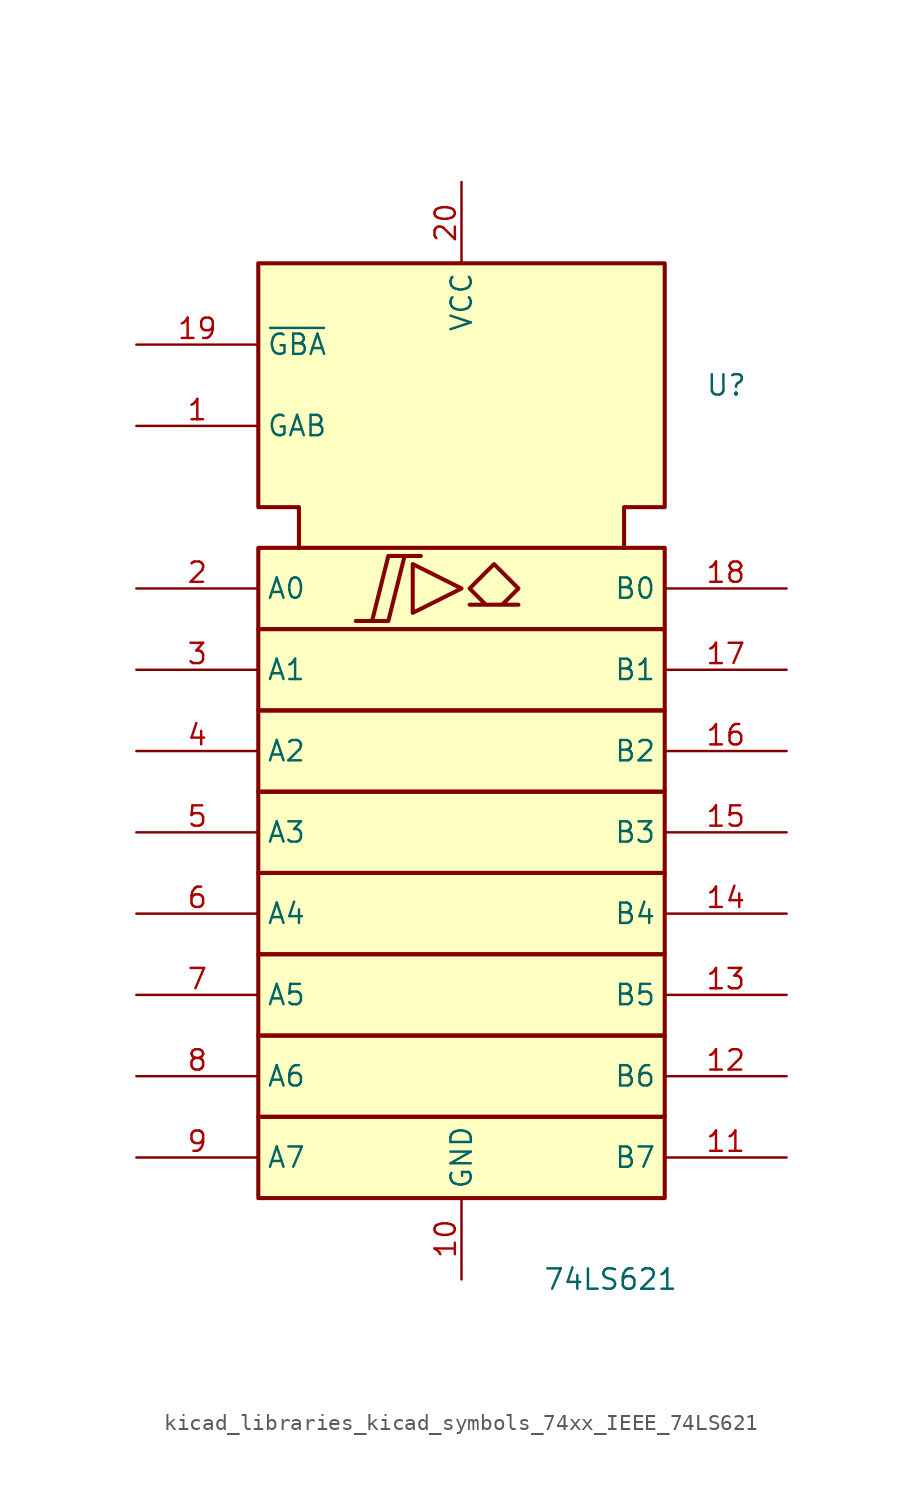
<source format=kicad_sym>
(kicad_symbol_lib
  (version 20220914)
  (generator kicad_symbol_editor)
  (symbol "kicad_libraries_kicad_symbols_74xx_IEEE_74LS621"
    (property "Reference" "U"
      (at 15.24 25.4 0)
      (effects (font (size 1.27 1.27)) (justify left)))
    (property "Value" "74LS621"
      (at 5.08 -30.48 0)
      (effects (font (size 1.27 1.27)) (justify left)))
    (symbol "kicad_libraries_kicad_symbols_74xx_IEEE_74LS621_0_0"
      (polyline (pts (xy -3.048 14.224) (xy -3.048 11.176) (xy 0 12.7) (xy -3.048 14.224) (xy -3.048 14.224)) (stroke (width 0.254) (type default)) (fill (type background)))
      (polyline (pts (xy -6.604 10.668) (xy -4.572 10.668) (xy -3.556 14.732) (xy -2.54 14.732) (xy -4.572 14.732) (xy -5.588 10.668) (xy -5.588 10.668)) (stroke (width 0.254) (type default)) (fill (type background)))
      (polyline (pts (xy 2.032 14.224) (xy 3.556 12.7) (xy 2.54 11.684) (xy 3.556 11.684) (xy 0.508 11.684) (xy 1.524 11.684) (xy 0.508 12.7) (xy 2.032 14.224) (xy 2.032 14.224)) (stroke (width 0.254) (type default)) (fill (type background)))
      (pin power_in line (at 0 -30.48 90) (length 5.08) (name "GND" (effects (font (size 1.27 1.27)))) (number "10" (effects (font (size 1.27 1.27)))))
      (pin power_in line (at 0 38.1 270) (length 5.08) (name "VCC" (effects (font (size 1.27 1.27)))) (number "20" (effects (font (size 1.27 1.27))))))
    (symbol "kicad_libraries_kicad_symbols_74xx_IEEE_74LS621_0_1"
      (rectangle (start -12.7 -20.32) (end 12.7 -25.4) (stroke (width 0.254) (type default)) (fill (type background)))
      (rectangle (start -12.7 -15.24) (end 12.7 -20.32) (stroke (width 0.254) (type default)) (fill (type background)))
      (rectangle (start -12.7 -10.16) (end 12.7 -15.24) (stroke (width 0.254) (type default)) (fill (type background)))
      (rectangle (start -12.7 -5.08) (end 12.7 -10.16) (stroke (width 0.254) (type default)) (fill (type background)))
      (rectangle (start -12.7 0) (end 12.7 -5.08) (stroke (width 0.254) (type default)) (fill (type background)))
      (rectangle (start -12.7 5.08) (end 12.7 0) (stroke (width 0.254) (type default)) (fill (type background)))
      (rectangle (start -12.7 10.16) (end 12.7 5.08) (stroke (width 0.254) (type default)) (fill (type background)))
      (rectangle (start -12.7 15.24) (end 12.7 10.16) (stroke (width 0.254) (type default)) (fill (type background)))
      (polyline (pts (xy -10.16 15.24) (xy -10.16 17.78) (xy -12.7 17.78) (xy -12.7 33.02) (xy 12.7 33.02) (xy 12.7 17.78) (xy 10.16 17.78) (xy 10.16 15.24) (xy 10.16 15.24)) (stroke (width 0.254) (type default)) (fill (type background))))
    (symbol "kicad_libraries_kicad_symbols_74xx_IEEE_74LS621_1_1"
      (pin input line (at -20.32 22.86 0) (length 7.62) (name "GAB" (effects (font (size 1.27 1.27)))) (number "1" (effects (font (size 1.27 1.27)))))
      (pin tri_state line (at 20.32 -22.86 180) (length 7.62) (name "B7" (effects (font (size 1.27 1.27)))) (number "11" (effects (font (size 1.27 1.27)))))
      (pin tri_state line (at 20.32 -17.78 180) (length 7.62) (name "B6" (effects (font (size 1.27 1.27)))) (number "12" (effects (font (size 1.27 1.27)))))
      (pin tri_state line (at 20.32 -12.7 180) (length 7.62) (name "B5" (effects (font (size 1.27 1.27)))) (number "13" (effects (font (size 1.27 1.27)))))
      (pin tri_state line (at 20.32 -7.62 180) (length 7.62) (name "B4" (effects (font (size 1.27 1.27)))) (number "14" (effects (font (size 1.27 1.27)))))
      (pin tri_state line (at 20.32 -2.54 180) (length 7.62) (name "B3" (effects (font (size 1.27 1.27)))) (number "15" (effects (font (size 1.27 1.27)))))
      (pin tri_state line (at 20.32 2.54 180) (length 7.62) (name "B2" (effects (font (size 1.27 1.27)))) (number "16" (effects (font (size 1.27 1.27)))))
      (pin tri_state line (at 20.32 7.62 180) (length 7.62) (name "B1" (effects (font (size 1.27 1.27)))) (number "17" (effects (font (size 1.27 1.27)))))
      (pin tri_state line (at 20.32 12.7 180) (length 7.62) (name "B0" (effects (font (size 1.27 1.27)))) (number "18" (effects (font (size 1.27 1.27)))))
      (pin input line (at -20.32 27.94 0) (length 7.62) (name "~{GBA}" (effects (font (size 1.27 1.27)))) (number "19" (effects (font (size 1.27 1.27)))))
      (pin tri_state line (at -20.32 12.7 0) (length 7.62) (name "A0" (effects (font (size 1.27 1.27)))) (number "2" (effects (font (size 1.27 1.27)))))
      (pin tri_state line (at -20.32 7.62 0) (length 7.62) (name "A1" (effects (font (size 1.27 1.27)))) (number "3" (effects (font (size 1.27 1.27)))))
      (pin tri_state line (at -20.32 2.54 0) (length 7.62) (name "A2" (effects (font (size 1.27 1.27)))) (number "4" (effects (font (size 1.27 1.27)))))
      (pin tri_state line (at -20.32 -2.54 0) (length 7.62) (name "A3" (effects (font (size 1.27 1.27)))) (number "5" (effects (font (size 1.27 1.27)))))
      (pin tri_state line (at -20.32 -7.62 0) (length 7.62) (name "A4" (effects (font (size 1.27 1.27)))) (number "6" (effects (font (size 1.27 1.27)))))
      (pin tri_state line (at -20.32 -12.7 0) (length 7.62) (name "A5" (effects (font (size 1.27 1.27)))) (number "7" (effects (font (size 1.27 1.27)))))
      (pin tri_state line (at -20.32 -17.78 0) (length 7.62) (name "A6" (effects (font (size 1.27 1.27)))) (number "8" (effects (font (size 1.27 1.27)))))
      (pin tri_state line (at -20.32 -22.86 0) (length 7.62) (name "A7" (effects (font (size 1.27 1.27)))) (number "9" (effects (font (size 1.27 1.27))))))))
</source>
